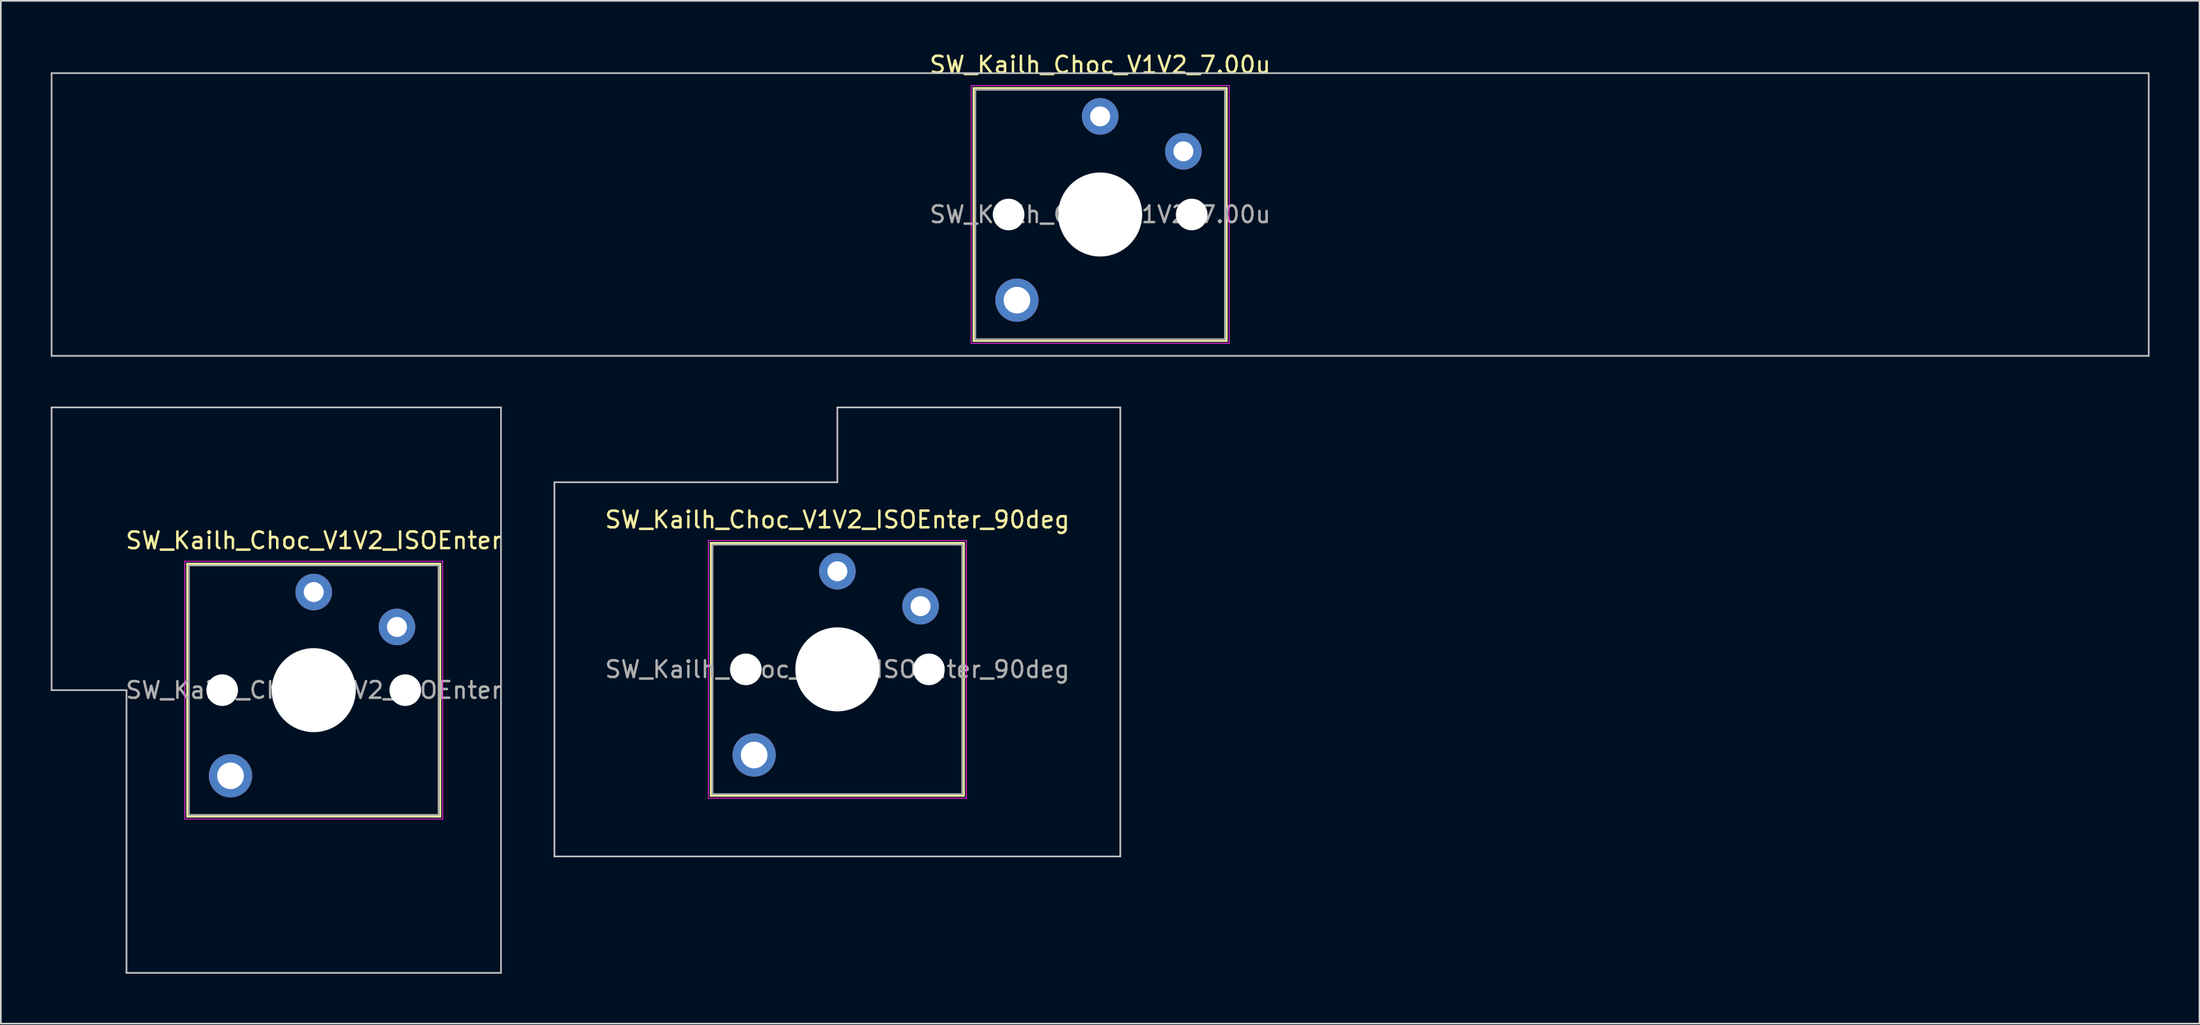
<source format=kicad_pcb>
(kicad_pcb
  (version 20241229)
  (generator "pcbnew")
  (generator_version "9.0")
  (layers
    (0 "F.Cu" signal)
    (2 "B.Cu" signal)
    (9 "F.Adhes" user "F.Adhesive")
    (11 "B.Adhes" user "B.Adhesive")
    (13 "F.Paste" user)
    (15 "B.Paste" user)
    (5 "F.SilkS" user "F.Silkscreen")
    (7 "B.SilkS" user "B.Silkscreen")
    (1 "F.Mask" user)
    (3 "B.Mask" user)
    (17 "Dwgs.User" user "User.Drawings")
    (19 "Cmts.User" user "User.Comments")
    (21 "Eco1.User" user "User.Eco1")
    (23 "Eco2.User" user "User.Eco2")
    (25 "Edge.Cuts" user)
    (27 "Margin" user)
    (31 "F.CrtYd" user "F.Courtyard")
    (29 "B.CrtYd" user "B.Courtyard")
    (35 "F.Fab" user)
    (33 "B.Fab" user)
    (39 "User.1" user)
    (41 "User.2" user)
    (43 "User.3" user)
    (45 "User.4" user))
  (footprint "SW_Kailh_Choc_V1V2_ISOEnter"
    (layer "F.Cu")
    (at 15.8 38.448)
    (property "Reference" "SW_Kailh_Choc_V1V2_ISOEnter" (at 0 -9 0) (layer "F.SilkS") (effects (font (size 1 1) (thickness 0.15))))
    (attr through_hole)
    (fp_line (start -7.6 -7.6) (end -7.6 7.6) (stroke (width 0.12) (type solid)) (layer "F.SilkS"))
    (fp_line (start -7.6 7.6) (end 7.6 7.6) (stroke (width 0.12) (type solid)) (layer "F.SilkS"))
    (fp_line (start 7.6 -7.6) (end -7.6 -7.6) (stroke (width 0.12) (type solid)) (layer "F.SilkS"))
    (fp_line (start 7.6 7.6) (end 7.6 -7.6) (stroke (width 0.12) (type solid)) (layer "F.SilkS"))
    (fp_line (start -15.75 -17) (end -15.75 0) (stroke (width 0.1) (type solid)) (layer "Dwgs.User"))
    (fp_line (start -15.75 0) (end -11.25 0) (stroke (width 0.1) (type solid)) (layer "Dwgs.User"))
    (fp_line (start -11.25 0) (end -11.25 17) (stroke (width 0.1) (type solid)) (layer "Dwgs.User"))
    (fp_line (start -11.25 17) (end 11.25 17) (stroke (width 0.1) (type solid)) (layer "Dwgs.User"))
    (fp_line (start 11.25 -17) (end -15.75 -17) (stroke (width 0.1) (type solid)) (layer "Dwgs.User"))
    (fp_line (start 11.25 17) (end 11.25 -17) (stroke (width 0.1) (type solid)) (layer "Dwgs.User"))
    (fp_line (start -7.25 -7.25) (end -7.25 7.25) (stroke (width 0.1) (type solid)) (layer "Eco1.User"))
    (fp_line (start -7.25 7.25) (end 7.25 7.25) (stroke (width 0.1) (type solid)) (layer "Eco1.User"))
    (fp_line (start 7.25 -7.25) (end -7.25 -7.25) (stroke (width 0.1) (type solid)) (layer "Eco1.User"))
    (fp_line (start 7.25 7.25) (end 7.25 -7.25) (stroke (width 0.1) (type solid)) (layer "Eco1.User"))
    (fp_line (start -7.75 -7.75) (end -7.75 7.75) (stroke (width 0.05) (type solid)) (layer "F.CrtYd"))
    (fp_line (start -7.75 7.75) (end 7.75 7.75) (stroke (width 0.05) (type solid)) (layer "F.CrtYd"))
    (fp_line (start 7.75 -7.75) (end -7.75 -7.75) (stroke (width 0.05) (type solid)) (layer "F.CrtYd"))
    (fp_line (start 7.75 7.75) (end 7.75 -7.75) (stroke (width 0.05) (type solid)) (layer "F.CrtYd"))
    (fp_line (start -7.5 -7.5) (end -7.5 7.5) (stroke (width 0.1) (type solid)) (layer "F.Fab"))
    (fp_line (start -7.5 7.5) (end 7.5 7.5) (stroke (width 0.1) (type solid)) (layer "F.Fab"))
    (fp_line (start 7.5 -7.5) (end -7.5 -7.5) (stroke (width 0.1) (type solid)) (layer "F.Fab"))
    (fp_line (start 7.5 7.5) (end 7.5 -7.5) (stroke (width 0.1) (type solid)) (layer "F.Fab"))
    (fp_text user "${REFERENCE}" (at 0 0 0) (layer "F.Fab") (effects (font (size 1 1) (thickness 0.15))))
    (pad "" np_thru_hole circle (at -5.5 0) (size 1.9 1.9) (drill 1.9) (layers "*.Cu" "*.Mask"))
    (pad "" smd circle (at -5 5.15) (size 1.65 1.65) (layers "F.Mask"))
    (pad "" thru_hole circle (at -5 5.15) (size 2.6 2.6) (drill 1.6) (layers "*.Cu" "B.Mask"))
    (pad "" smd circle (at 0 -5.9) (size 1.25 1.25) (layers "F.Mask"))
    (pad "" np_thru_hole circle (at 0 0) (size 5.05 5.05) (drill 5.05) (layers "*.Cu" "*.Mask"))
    (pad "" smd circle (at 5 -3.8) (size 1.25 1.25) (layers "F.Mask"))
    (pad "" np_thru_hole circle (at 5.5 0) (size 1.9 1.9) (drill 1.9) (layers "*.Cu" "*.Mask"))
    (pad "1" thru_hole circle (at 0 -5.9) (size 2.2 2.2) (drill 1.2) (layers "*.Cu" "B.Mask"))
    (pad "2" thru_hole circle (at 5 -3.8) (size 2.2 2.2) (drill 1.2) (layers "*.Cu" "B.Mask")))
  (footprint "SW_Kailh_Choc_V1V2_7.00u"
    (layer "F.Cu")
    (at 63.05 9.848)
    (property "Reference" "SW_Kailh_Choc_V1V2_7.00u" (at 0 -9 0) (layer "F.SilkS") (effects (font (size 1 1) (thickness 0.15))))
    (attr through_hole)
    (fp_line (start -7.6 -7.6) (end -7.6 7.6) (stroke (width 0.12) (type solid)) (layer "F.SilkS"))
    (fp_line (start -7.6 7.6) (end 7.6 7.6) (stroke (width 0.12) (type solid)) (layer "F.SilkS"))
    (fp_line (start 7.6 -7.6) (end -7.6 -7.6) (stroke (width 0.12) (type solid)) (layer "F.SilkS"))
    (fp_line (start 7.6 7.6) (end 7.6 -7.6) (stroke (width 0.12) (type solid)) (layer "F.SilkS"))
    (fp_line (start -63 -8.5) (end -63 8.5) (stroke (width 0.1) (type solid)) (layer "Dwgs.User"))
    (fp_line (start -63 8.5) (end 63 8.5) (stroke (width 0.1) (type solid)) (layer "Dwgs.User"))
    (fp_line (start 63 -8.5) (end -63 -8.5) (stroke (width 0.1) (type solid)) (layer "Dwgs.User"))
    (fp_line (start 63 8.5) (end 63 -8.5) (stroke (width 0.1) (type solid)) (layer "Dwgs.User"))
    (fp_line (start -7.25 -7.25) (end -7.25 7.25) (stroke (width 0.1) (type solid)) (layer "Eco1.User"))
    (fp_line (start -7.25 7.25) (end 7.25 7.25) (stroke (width 0.1) (type solid)) (layer "Eco1.User"))
    (fp_line (start 7.25 -7.25) (end -7.25 -7.25) (stroke (width 0.1) (type solid)) (layer "Eco1.User"))
    (fp_line (start 7.25 7.25) (end 7.25 -7.25) (stroke (width 0.1) (type solid)) (layer "Eco1.User"))
    (fp_line (start -7.75 -7.75) (end -7.75 7.75) (stroke (width 0.05) (type solid)) (layer "F.CrtYd"))
    (fp_line (start -7.75 7.75) (end 7.75 7.75) (stroke (width 0.05) (type solid)) (layer "F.CrtYd"))
    (fp_line (start 7.75 -7.75) (end -7.75 -7.75) (stroke (width 0.05) (type solid)) (layer "F.CrtYd"))
    (fp_line (start 7.75 7.75) (end 7.75 -7.75) (stroke (width 0.05) (type solid)) (layer "F.CrtYd"))
    (fp_line (start -7.5 -7.5) (end -7.5 7.5) (stroke (width 0.1) (type solid)) (layer "F.Fab"))
    (fp_line (start -7.5 7.5) (end 7.5 7.5) (stroke (width 0.1) (type solid)) (layer "F.Fab"))
    (fp_line (start 7.5 -7.5) (end -7.5 -7.5) (stroke (width 0.1) (type solid)) (layer "F.Fab"))
    (fp_line (start 7.5 7.5) (end 7.5 -7.5) (stroke (width 0.1) (type solid)) (layer "F.Fab"))
    (fp_text user "${REFERENCE}" (at 0 0 0) (layer "F.Fab") (effects (font (size 1 1) (thickness 0.15))))
    (pad "" np_thru_hole circle (at -5.5 0) (size 1.9 1.9) (drill 1.9) (layers "*.Cu" "*.Mask"))
    (pad "" smd circle (at -5 5.15) (size 1.65 1.65) (layers "F.Mask"))
    (pad "" thru_hole circle (at -5 5.15) (size 2.6 2.6) (drill 1.6) (layers "*.Cu" "B.Mask"))
    (pad "" smd circle (at 0 -5.9) (size 1.25 1.25) (layers "F.Mask"))
    (pad "" np_thru_hole circle (at 0 0) (size 5.05 5.05) (drill 5.05) (layers "*.Cu" "*.Mask"))
    (pad "" smd circle (at 5 -3.8) (size 1.25 1.25) (layers "F.Mask"))
    (pad "" np_thru_hole circle (at 5.5 0) (size 1.9 1.9) (drill 1.9) (layers "*.Cu" "*.Mask"))
    (pad "1" thru_hole circle (at 0 -5.9) (size 2.2 2.2) (drill 1.2) (layers "*.Cu" "B.Mask"))
    (pad "2" thru_hole circle (at 5 -3.8) (size 2.2 2.2) (drill 1.2) (layers "*.Cu" "B.Mask")))
  (footprint "SW_Kailh_Choc_V1V2_ISOEnter_90deg"
    (layer "F.Cu")
    (at 47.261 37.198)
    (property "Reference" "SW_Kailh_Choc_V1V2_ISOEnter_90deg" (at 0 -9 0) (layer "F.SilkS") (effects (font (size 1 1) (thickness 0.15))))
    (attr through_hole)
    (fp_line (start -7.6 -7.6) (end -7.6 7.6) (stroke (width 0.12) (type solid)) (layer "F.SilkS"))
    (fp_line (start -7.6 7.6) (end 7.6 7.6) (stroke (width 0.12) (type solid)) (layer "F.SilkS"))
    (fp_line (start 7.6 -7.6) (end -7.6 -7.6) (stroke (width 0.12) (type solid)) (layer "F.SilkS"))
    (fp_line (start 7.6 7.6) (end 7.6 -7.6) (stroke (width 0.12) (type solid)) (layer "F.SilkS"))
    (fp_line (start -17 -11.25) (end -17 11.25) (stroke (width 0.1) (type solid)) (layer "Dwgs.User"))
    (fp_line (start -17 11.25) (end 17 11.25) (stroke (width 0.1) (type solid)) (layer "Dwgs.User"))
    (fp_line (start 0 -15.75) (end 0 -11.25) (stroke (width 0.1) (type solid)) (layer "Dwgs.User"))
    (fp_line (start 0 -11.25) (end -17 -11.25) (stroke (width 0.1) (type solid)) (layer "Dwgs.User"))
    (fp_line (start 17 -15.75) (end 0 -15.75) (stroke (width 0.1) (type solid)) (layer "Dwgs.User"))
    (fp_line (start 17 11.25) (end 17 -15.75) (stroke (width 0.1) (type solid)) (layer "Dwgs.User"))
    (fp_line (start -7.25 -7.25) (end -7.25 7.25) (stroke (width 0.1) (type solid)) (layer "Eco1.User"))
    (fp_line (start -7.25 7.25) (end 7.25 7.25) (stroke (width 0.1) (type solid)) (layer "Eco1.User"))
    (fp_line (start 7.25 -7.25) (end -7.25 -7.25) (stroke (width 0.1) (type solid)) (layer "Eco1.User"))
    (fp_line (start 7.25 7.25) (end 7.25 -7.25) (stroke (width 0.1) (type solid)) (layer "Eco1.User"))
    (fp_line (start -7.75 -7.75) (end -7.75 7.75) (stroke (width 0.05) (type solid)) (layer "F.CrtYd"))
    (fp_line (start -7.75 7.75) (end 7.75 7.75) (stroke (width 0.05) (type solid)) (layer "F.CrtYd"))
    (fp_line (start 7.75 -7.75) (end -7.75 -7.75) (stroke (width 0.05) (type solid)) (layer "F.CrtYd"))
    (fp_line (start 7.75 7.75) (end 7.75 -7.75) (stroke (width 0.05) (type solid)) (layer "F.CrtYd"))
    (fp_line (start -7.5 -7.5) (end -7.5 7.5) (stroke (width 0.1) (type solid)) (layer "F.Fab"))
    (fp_line (start -7.5 7.5) (end 7.5 7.5) (stroke (width 0.1) (type solid)) (layer "F.Fab"))
    (fp_line (start 7.5 -7.5) (end -7.5 -7.5) (stroke (width 0.1) (type solid)) (layer "F.Fab"))
    (fp_line (start 7.5 7.5) (end 7.5 -7.5) (stroke (width 0.1) (type solid)) (layer "F.Fab"))
    (fp_text user "${REFERENCE}" (at 0 0 0) (layer "F.Fab") (effects (font (size 1 1) (thickness 0.15))))
    (pad "" np_thru_hole circle (at -5.5 0) (size 1.9 1.9) (drill 1.9) (layers "*.Cu" "*.Mask"))
    (pad "" smd circle (at -5 5.15) (size 1.65 1.65) (layers "F.Mask"))
    (pad "" thru_hole circle (at -5 5.15) (size 2.6 2.6) (drill 1.6) (layers "*.Cu" "B.Mask"))
    (pad "" smd circle (at 0 -5.9) (size 1.25 1.25) (layers "F.Mask"))
    (pad "" np_thru_hole circle (at 0 0) (size 5.05 5.05) (drill 5.05) (layers "*.Cu" "*.Mask"))
    (pad "" smd circle (at 5 -3.8) (size 1.25 1.25) (layers "F.Mask"))
    (pad "" np_thru_hole circle (at 5.5 0) (size 1.9 1.9) (drill 1.9) (layers "*.Cu" "*.Mask"))
    (pad "1" thru_hole circle (at 0 -5.9) (size 2.2 2.2) (drill 1.2) (layers "*.Cu" "B.Mask"))
    (pad "2" thru_hole circle (at 5 -3.8) (size 2.2 2.2) (drill 1.2) (layers "*.Cu" "B.Mask")))
  (gr_rect
    (start -3 -3)
    (end 129.1 58.498)
    (stroke (width 0.1) (type default))
    (fill no)
    (layer "Edge.Cuts")))
</source>
